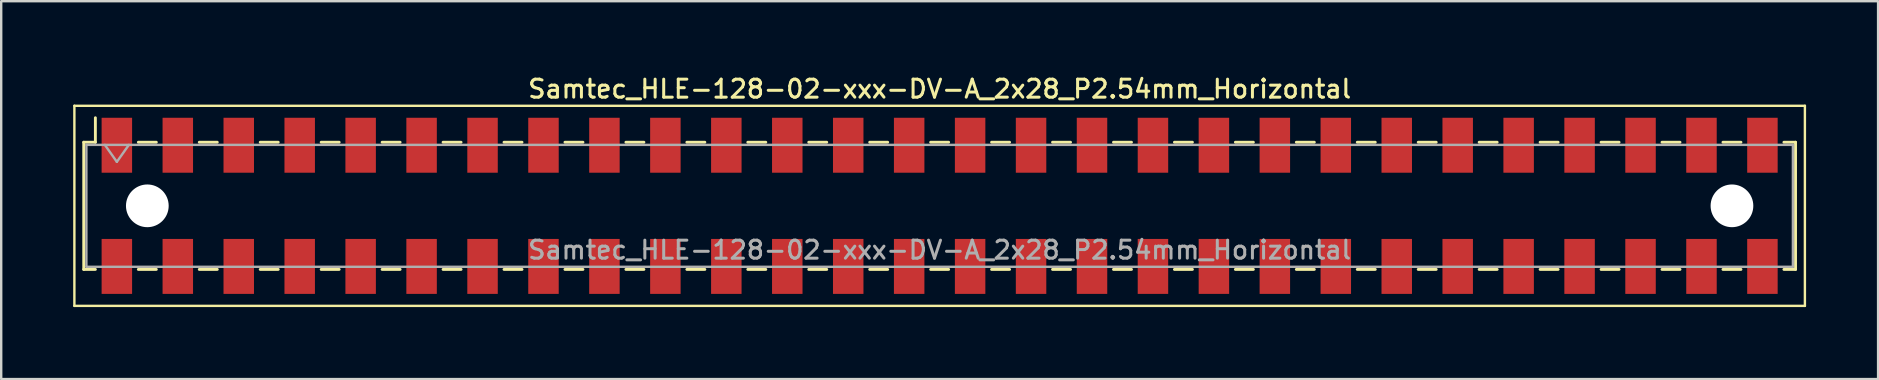
<source format=kicad_pcb>
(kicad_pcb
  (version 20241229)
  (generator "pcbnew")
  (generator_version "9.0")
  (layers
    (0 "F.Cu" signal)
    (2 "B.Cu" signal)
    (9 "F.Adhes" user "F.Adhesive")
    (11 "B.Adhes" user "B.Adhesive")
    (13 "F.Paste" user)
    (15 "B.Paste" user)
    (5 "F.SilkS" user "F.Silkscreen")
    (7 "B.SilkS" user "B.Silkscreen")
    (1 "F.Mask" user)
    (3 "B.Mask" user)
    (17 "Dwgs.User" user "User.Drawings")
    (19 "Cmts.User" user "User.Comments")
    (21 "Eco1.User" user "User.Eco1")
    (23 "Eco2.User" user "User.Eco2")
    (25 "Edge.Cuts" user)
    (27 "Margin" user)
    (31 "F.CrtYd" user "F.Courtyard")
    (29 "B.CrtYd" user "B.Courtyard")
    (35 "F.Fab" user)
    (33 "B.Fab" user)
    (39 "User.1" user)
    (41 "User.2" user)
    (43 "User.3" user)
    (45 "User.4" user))
  (footprint "Samtec_HLE-128-02-xxx-DV-A_2x28_P2.54mm_Horizontal"
    (layer "F.Cu")
    (at 36.11 5.528)
    (property "Reference" "Samtec_HLE-128-02-xxx-DV-A_2x28_P2.54mm_Horizontal" (at 0 -4.87 0) (layer "F.SilkS") (effects (font (size 0.75 0.75) (thickness 0.125))))
    (attr smd)
    (fp_line (start -36.06 -4.17) (end 36.06 -4.17) (stroke (width 0.1) (type solid)) (layer "F.SilkS"))
    (fp_line (start -36.06 4.17) (end -36.06 -4.17) (stroke (width 0.1) (type solid)) (layer "F.SilkS"))
    (fp_line (start -35.67 -2.65) (end -35.67 2.65) (stroke (width 0.12) (type solid)) (layer "F.SilkS"))
    (fp_line (start -35.67 2.65) (end -35.185 2.65) (stroke (width 0.12) (type solid)) (layer "F.SilkS"))
    (fp_line (start -35.185 -3.67) (end -35.185 -2.65) (stroke (width 0.12) (type solid)) (layer "F.SilkS"))
    (fp_line (start -35.185 -2.65) (end -35.67 -2.65) (stroke (width 0.12) (type solid)) (layer "F.SilkS"))
    (fp_line (start -33.395 -2.65) (end -32.645 -2.65) (stroke (width 0.12) (type solid)) (layer "F.SilkS"))
    (fp_line (start -33.395 2.65) (end -32.645 2.65) (stroke (width 0.12) (type solid)) (layer "F.SilkS"))
    (fp_line (start -30.855 -2.65) (end -30.105 -2.65) (stroke (width 0.12) (type solid)) (layer "F.SilkS"))
    (fp_line (start -30.855 2.65) (end -30.105 2.65) (stroke (width 0.12) (type solid)) (layer "F.SilkS"))
    (fp_line (start -28.315 -2.65) (end -27.565 -2.65) (stroke (width 0.12) (type solid)) (layer "F.SilkS"))
    (fp_line (start -28.315 2.65) (end -27.565 2.65) (stroke (width 0.12) (type solid)) (layer "F.SilkS"))
    (fp_line (start -25.775 -2.65) (end -25.025 -2.65) (stroke (width 0.12) (type solid)) (layer "F.SilkS"))
    (fp_line (start -25.775 2.65) (end -25.025 2.65) (stroke (width 0.12) (type solid)) (layer "F.SilkS"))
    (fp_line (start -23.235 -2.65) (end -22.485 -2.65) (stroke (width 0.12) (type solid)) (layer "F.SilkS"))
    (fp_line (start -23.235 2.65) (end -22.485 2.65) (stroke (width 0.12) (type solid)) (layer "F.SilkS"))
    (fp_line (start -20.695 -2.65) (end -19.945 -2.65) (stroke (width 0.12) (type solid)) (layer "F.SilkS"))
    (fp_line (start -20.695 2.65) (end -19.945 2.65) (stroke (width 0.12) (type solid)) (layer "F.SilkS"))
    (fp_line (start -18.155 -2.65) (end -17.405 -2.65) (stroke (width 0.12) (type solid)) (layer "F.SilkS"))
    (fp_line (start -18.155 2.65) (end -17.405 2.65) (stroke (width 0.12) (type solid)) (layer "F.SilkS"))
    (fp_line (start -15.615 -2.65) (end -14.865 -2.65) (stroke (width 0.12) (type solid)) (layer "F.SilkS"))
    (fp_line (start -15.615 2.65) (end -14.865 2.65) (stroke (width 0.12) (type solid)) (layer "F.SilkS"))
    (fp_line (start -13.075 -2.65) (end -12.325 -2.65) (stroke (width 0.12) (type solid)) (layer "F.SilkS"))
    (fp_line (start -13.075 2.65) (end -12.325 2.65) (stroke (width 0.12) (type solid)) (layer "F.SilkS"))
    (fp_line (start -10.535 -2.65) (end -9.785 -2.65) (stroke (width 0.12) (type solid)) (layer "F.SilkS"))
    (fp_line (start -10.535 2.65) (end -9.785 2.65) (stroke (width 0.12) (type solid)) (layer "F.SilkS"))
    (fp_line (start -7.995 -2.65) (end -7.245 -2.65) (stroke (width 0.12) (type solid)) (layer "F.SilkS"))
    (fp_line (start -7.995 2.65) (end -7.245 2.65) (stroke (width 0.12) (type solid)) (layer "F.SilkS"))
    (fp_line (start -5.455 -2.65) (end -4.705 -2.65) (stroke (width 0.12) (type solid)) (layer "F.SilkS"))
    (fp_line (start -5.455 2.65) (end -4.705 2.65) (stroke (width 0.12) (type solid)) (layer "F.SilkS"))
    (fp_line (start -2.915 -2.65) (end -2.165 -2.65) (stroke (width 0.12) (type solid)) (layer "F.SilkS"))
    (fp_line (start -2.915 2.65) (end -2.165 2.65) (stroke (width 0.12) (type solid)) (layer "F.SilkS"))
    (fp_line (start -0.375 -2.65) (end 0.375 -2.65) (stroke (width 0.12) (type solid)) (layer "F.SilkS"))
    (fp_line (start -0.375 2.65) (end 0.375 2.65) (stroke (width 0.12) (type solid)) (layer "F.SilkS"))
    (fp_line (start 2.165 -2.65) (end 2.915 -2.65) (stroke (width 0.12) (type solid)) (layer "F.SilkS"))
    (fp_line (start 2.165 2.65) (end 2.915 2.65) (stroke (width 0.12) (type solid)) (layer "F.SilkS"))
    (fp_line (start 4.705 -2.65) (end 5.455 -2.65) (stroke (width 0.12) (type solid)) (layer "F.SilkS"))
    (fp_line (start 4.705 2.65) (end 5.455 2.65) (stroke (width 0.12) (type solid)) (layer "F.SilkS"))
    (fp_line (start 7.245 -2.65) (end 7.995 -2.65) (stroke (width 0.12) (type solid)) (layer "F.SilkS"))
    (fp_line (start 7.245 2.65) (end 7.995 2.65) (stroke (width 0.12) (type solid)) (layer "F.SilkS"))
    (fp_line (start 9.785 -2.65) (end 10.535 -2.65) (stroke (width 0.12) (type solid)) (layer "F.SilkS"))
    (fp_line (start 9.785 2.65) (end 10.535 2.65) (stroke (width 0.12) (type solid)) (layer "F.SilkS"))
    (fp_line (start 12.325 -2.65) (end 13.075 -2.65) (stroke (width 0.12) (type solid)) (layer "F.SilkS"))
    (fp_line (start 12.325 2.65) (end 13.075 2.65) (stroke (width 0.12) (type solid)) (layer "F.SilkS"))
    (fp_line (start 14.865 -2.65) (end 15.615 -2.65) (stroke (width 0.12) (type solid)) (layer "F.SilkS"))
    (fp_line (start 14.865 2.65) (end 15.615 2.65) (stroke (width 0.12) (type solid)) (layer "F.SilkS"))
    (fp_line (start 17.405 -2.65) (end 18.155 -2.65) (stroke (width 0.12) (type solid)) (layer "F.SilkS"))
    (fp_line (start 17.405 2.65) (end 18.155 2.65) (stroke (width 0.12) (type solid)) (layer "F.SilkS"))
    (fp_line (start 19.945 -2.65) (end 20.695 -2.65) (stroke (width 0.12) (type solid)) (layer "F.SilkS"))
    (fp_line (start 19.945 2.65) (end 20.695 2.65) (stroke (width 0.12) (type solid)) (layer "F.SilkS"))
    (fp_line (start 22.485 -2.65) (end 23.235 -2.65) (stroke (width 0.12) (type solid)) (layer "F.SilkS"))
    (fp_line (start 22.485 2.65) (end 23.235 2.65) (stroke (width 0.12) (type solid)) (layer "F.SilkS"))
    (fp_line (start 25.025 -2.65) (end 25.775 -2.65) (stroke (width 0.12) (type solid)) (layer "F.SilkS"))
    (fp_line (start 25.025 2.65) (end 25.775 2.65) (stroke (width 0.12) (type solid)) (layer "F.SilkS"))
    (fp_line (start 27.565 -2.65) (end 28.315 -2.65) (stroke (width 0.12) (type solid)) (layer "F.SilkS"))
    (fp_line (start 27.565 2.65) (end 28.315 2.65) (stroke (width 0.12) (type solid)) (layer "F.SilkS"))
    (fp_line (start 30.105 -2.65) (end 30.855 -2.65) (stroke (width 0.12) (type solid)) (layer "F.SilkS"))
    (fp_line (start 30.105 2.65) (end 30.855 2.65) (stroke (width 0.12) (type solid)) (layer "F.SilkS"))
    (fp_line (start 32.645 -2.65) (end 33.395 -2.65) (stroke (width 0.12) (type solid)) (layer "F.SilkS"))
    (fp_line (start 32.645 2.65) (end 33.395 2.65) (stroke (width 0.12) (type solid)) (layer "F.SilkS"))
    (fp_line (start 35.185 -2.65) (end 35.67 -2.65) (stroke (width 0.12) (type solid)) (layer "F.SilkS"))
    (fp_line (start 35.67 -2.65) (end 35.67 2.65) (stroke (width 0.12) (type solid)) (layer "F.SilkS"))
    (fp_line (start 35.67 2.65) (end 35.185 2.65) (stroke (width 0.12) (type solid)) (layer "F.SilkS"))
    (fp_line (start 36.06 -4.17) (end 36.06 4.17) (stroke (width 0.1) (type solid)) (layer "F.SilkS"))
    (fp_line (start 36.06 4.17) (end -36.06 4.17) (stroke (width 0.1) (type solid)) (layer "F.SilkS"))
    (fp_line (start -35.56 -2.54) (end 35.56 -2.54) (stroke (width 0.1) (type solid)) (layer "F.Fab"))
    (fp_line (start -35.56 2.54) (end -35.56 -2.54) (stroke (width 0.1) (type solid)) (layer "F.Fab"))
    (fp_line (start -34.79 -2.54) (end -34.29 -1.833) (stroke (width 0.1) (type solid)) (layer "F.Fab"))
    (fp_line (start -34.29 -1.833) (end -33.79 -2.54) (stroke (width 0.1) (type solid)) (layer "F.Fab"))
    (fp_line (start 35.56 -2.54) (end 35.56 2.54) (stroke (width 0.1) (type solid)) (layer "F.Fab"))
    (fp_line (start 35.56 2.54) (end -35.56 2.54) (stroke (width 0.1) (type solid)) (layer "F.Fab"))
    (fp_text user "${REFERENCE}" (at 0 1.84 0) (layer "F.Fab") (effects (font (size 0.75 0.75) (thickness 0.125))))
    (pad "" np_thru_hole circle (at -33.02 0) (size 1.78 1.78) (drill 1.78) (layers "*.Cu" "*.Mask"))
    (pad "" np_thru_hole circle (at 33.02 0) (size 1.78 1.78) (drill 1.78) (layers "*.Cu" "*.Mask"))
    (pad "1" smd rect (at -34.29 -2.525) (size 1.27 2.29) (layers "F.Cu" "F.Mask" "F.Paste"))
    (pad "2" smd rect (at -34.29 2.525) (size 1.27 2.29) (layers "F.Cu" "F.Mask" "F.Paste"))
    (pad "3" smd rect (at -31.75 -2.525) (size 1.27 2.29) (layers "F.Cu" "F.Mask" "F.Paste"))
    (pad "4" smd rect (at -31.75 2.525) (size 1.27 2.29) (layers "F.Cu" "F.Mask" "F.Paste"))
    (pad "5" smd rect (at -29.21 -2.525) (size 1.27 2.29) (layers "F.Cu" "F.Mask" "F.Paste"))
    (pad "6" smd rect (at -29.21 2.525) (size 1.27 2.29) (layers "F.Cu" "F.Mask" "F.Paste"))
    (pad "7" smd rect (at -26.67 -2.525) (size 1.27 2.29) (layers "F.Cu" "F.Mask" "F.Paste"))
    (pad "8" smd rect (at -26.67 2.525) (size 1.27 2.29) (layers "F.Cu" "F.Mask" "F.Paste"))
    (pad "9" smd rect (at -24.13 -2.525) (size 1.27 2.29) (layers "F.Cu" "F.Mask" "F.Paste"))
    (pad "10" smd rect (at -24.13 2.525) (size 1.27 2.29) (layers "F.Cu" "F.Mask" "F.Paste"))
    (pad "11" smd rect (at -21.59 -2.525) (size 1.27 2.29) (layers "F.Cu" "F.Mask" "F.Paste"))
    (pad "12" smd rect (at -21.59 2.525) (size 1.27 2.29) (layers "F.Cu" "F.Mask" "F.Paste"))
    (pad "13" smd rect (at -19.05 -2.525) (size 1.27 2.29) (layers "F.Cu" "F.Mask" "F.Paste"))
    (pad "14" smd rect (at -19.05 2.525) (size 1.27 2.29) (layers "F.Cu" "F.Mask" "F.Paste"))
    (pad "15" smd rect (at -16.51 -2.525) (size 1.27 2.29) (layers "F.Cu" "F.Mask" "F.Paste"))
    (pad "16" smd rect (at -16.51 2.525) (size 1.27 2.29) (layers "F.Cu" "F.Mask" "F.Paste"))
    (pad "17" smd rect (at -13.97 -2.525) (size 1.27 2.29) (layers "F.Cu" "F.Mask" "F.Paste"))
    (pad "18" smd rect (at -13.97 2.525) (size 1.27 2.29) (layers "F.Cu" "F.Mask" "F.Paste"))
    (pad "19" smd rect (at -11.43 -2.525) (size 1.27 2.29) (layers "F.Cu" "F.Mask" "F.Paste"))
    (pad "20" smd rect (at -11.43 2.525) (size 1.27 2.29) (layers "F.Cu" "F.Mask" "F.Paste"))
    (pad "21" smd rect (at -8.89 -2.525) (size 1.27 2.29) (layers "F.Cu" "F.Mask" "F.Paste"))
    (pad "22" smd rect (at -8.89 2.525) (size 1.27 2.29) (layers "F.Cu" "F.Mask" "F.Paste"))
    (pad "23" smd rect (at -6.35 -2.525) (size 1.27 2.29) (layers "F.Cu" "F.Mask" "F.Paste"))
    (pad "24" smd rect (at -6.35 2.525) (size 1.27 2.29) (layers "F.Cu" "F.Mask" "F.Paste"))
    (pad "25" smd rect (at -3.81 -2.525) (size 1.27 2.29) (layers "F.Cu" "F.Mask" "F.Paste"))
    (pad "26" smd rect (at -3.81 2.525) (size 1.27 2.29) (layers "F.Cu" "F.Mask" "F.Paste"))
    (pad "27" smd rect (at -1.27 -2.525) (size 1.27 2.29) (layers "F.Cu" "F.Mask" "F.Paste"))
    (pad "28" smd rect (at -1.27 2.525) (size 1.27 2.29) (layers "F.Cu" "F.Mask" "F.Paste"))
    (pad "29" smd rect (at 1.27 -2.525) (size 1.27 2.29) (layers "F.Cu" "F.Mask" "F.Paste"))
    (pad "30" smd rect (at 1.27 2.525) (size 1.27 2.29) (layers "F.Cu" "F.Mask" "F.Paste"))
    (pad "31" smd rect (at 3.81 -2.525) (size 1.27 2.29) (layers "F.Cu" "F.Mask" "F.Paste"))
    (pad "32" smd rect (at 3.81 2.525) (size 1.27 2.29) (layers "F.Cu" "F.Mask" "F.Paste"))
    (pad "33" smd rect (at 6.35 -2.525) (size 1.27 2.29) (layers "F.Cu" "F.Mask" "F.Paste"))
    (pad "34" smd rect (at 6.35 2.525) (size 1.27 2.29) (layers "F.Cu" "F.Mask" "F.Paste"))
    (pad "35" smd rect (at 8.89 -2.525) (size 1.27 2.29) (layers "F.Cu" "F.Mask" "F.Paste"))
    (pad "36" smd rect (at 8.89 2.525) (size 1.27 2.29) (layers "F.Cu" "F.Mask" "F.Paste"))
    (pad "37" smd rect (at 11.43 -2.525) (size 1.27 2.29) (layers "F.Cu" "F.Mask" "F.Paste"))
    (pad "38" smd rect (at 11.43 2.525) (size 1.27 2.29) (layers "F.Cu" "F.Mask" "F.Paste"))
    (pad "39" smd rect (at 13.97 -2.525) (size 1.27 2.29) (layers "F.Cu" "F.Mask" "F.Paste"))
    (pad "40" smd rect (at 13.97 2.525) (size 1.27 2.29) (layers "F.Cu" "F.Mask" "F.Paste"))
    (pad "41" smd rect (at 16.51 -2.525) (size 1.27 2.29) (layers "F.Cu" "F.Mask" "F.Paste"))
    (pad "42" smd rect (at 16.51 2.525) (size 1.27 2.29) (layers "F.Cu" "F.Mask" "F.Paste"))
    (pad "43" smd rect (at 19.05 -2.525) (size 1.27 2.29) (layers "F.Cu" "F.Mask" "F.Paste"))
    (pad "44" smd rect (at 19.05 2.525) (size 1.27 2.29) (layers "F.Cu" "F.Mask" "F.Paste"))
    (pad "45" smd rect (at 21.59 -2.525) (size 1.27 2.29) (layers "F.Cu" "F.Mask" "F.Paste"))
    (pad "46" smd rect (at 21.59 2.525) (size 1.27 2.29) (layers "F.Cu" "F.Mask" "F.Paste"))
    (pad "47" smd rect (at 24.13 -2.525) (size 1.27 2.29) (layers "F.Cu" "F.Mask" "F.Paste"))
    (pad "48" smd rect (at 24.13 2.525) (size 1.27 2.29) (layers "F.Cu" "F.Mask" "F.Paste"))
    (pad "49" smd rect (at 26.67 -2.525) (size 1.27 2.29) (layers "F.Cu" "F.Mask" "F.Paste"))
    (pad "50" smd rect (at 26.67 2.525) (size 1.27 2.29) (layers "F.Cu" "F.Mask" "F.Paste"))
    (pad "51" smd rect (at 29.21 -2.525) (size 1.27 2.29) (layers "F.Cu" "F.Mask" "F.Paste"))
    (pad "52" smd rect (at 29.21 2.525) (size 1.27 2.29) (layers "F.Cu" "F.Mask" "F.Paste"))
    (pad "53" smd rect (at 31.75 -2.525) (size 1.27 2.29) (layers "F.Cu" "F.Mask" "F.Paste"))
    (pad "54" smd rect (at 31.75 2.525) (size 1.27 2.29) (layers "F.Cu" "F.Mask" "F.Paste"))
    (pad "55" smd rect (at 34.29 -2.525) (size 1.27 2.29) (layers "F.Cu" "F.Mask" "F.Paste"))
    (pad "56" smd rect (at 34.29 2.525) (size 1.27 2.29) (layers "F.Cu" "F.Mask" "F.Paste")))
  (gr_rect
    (start -3 -3)
    (end 75.22 12.748)
    (stroke (width 0.1) (type default))
    (fill no)
    (layer "Edge.Cuts")))
</source>
